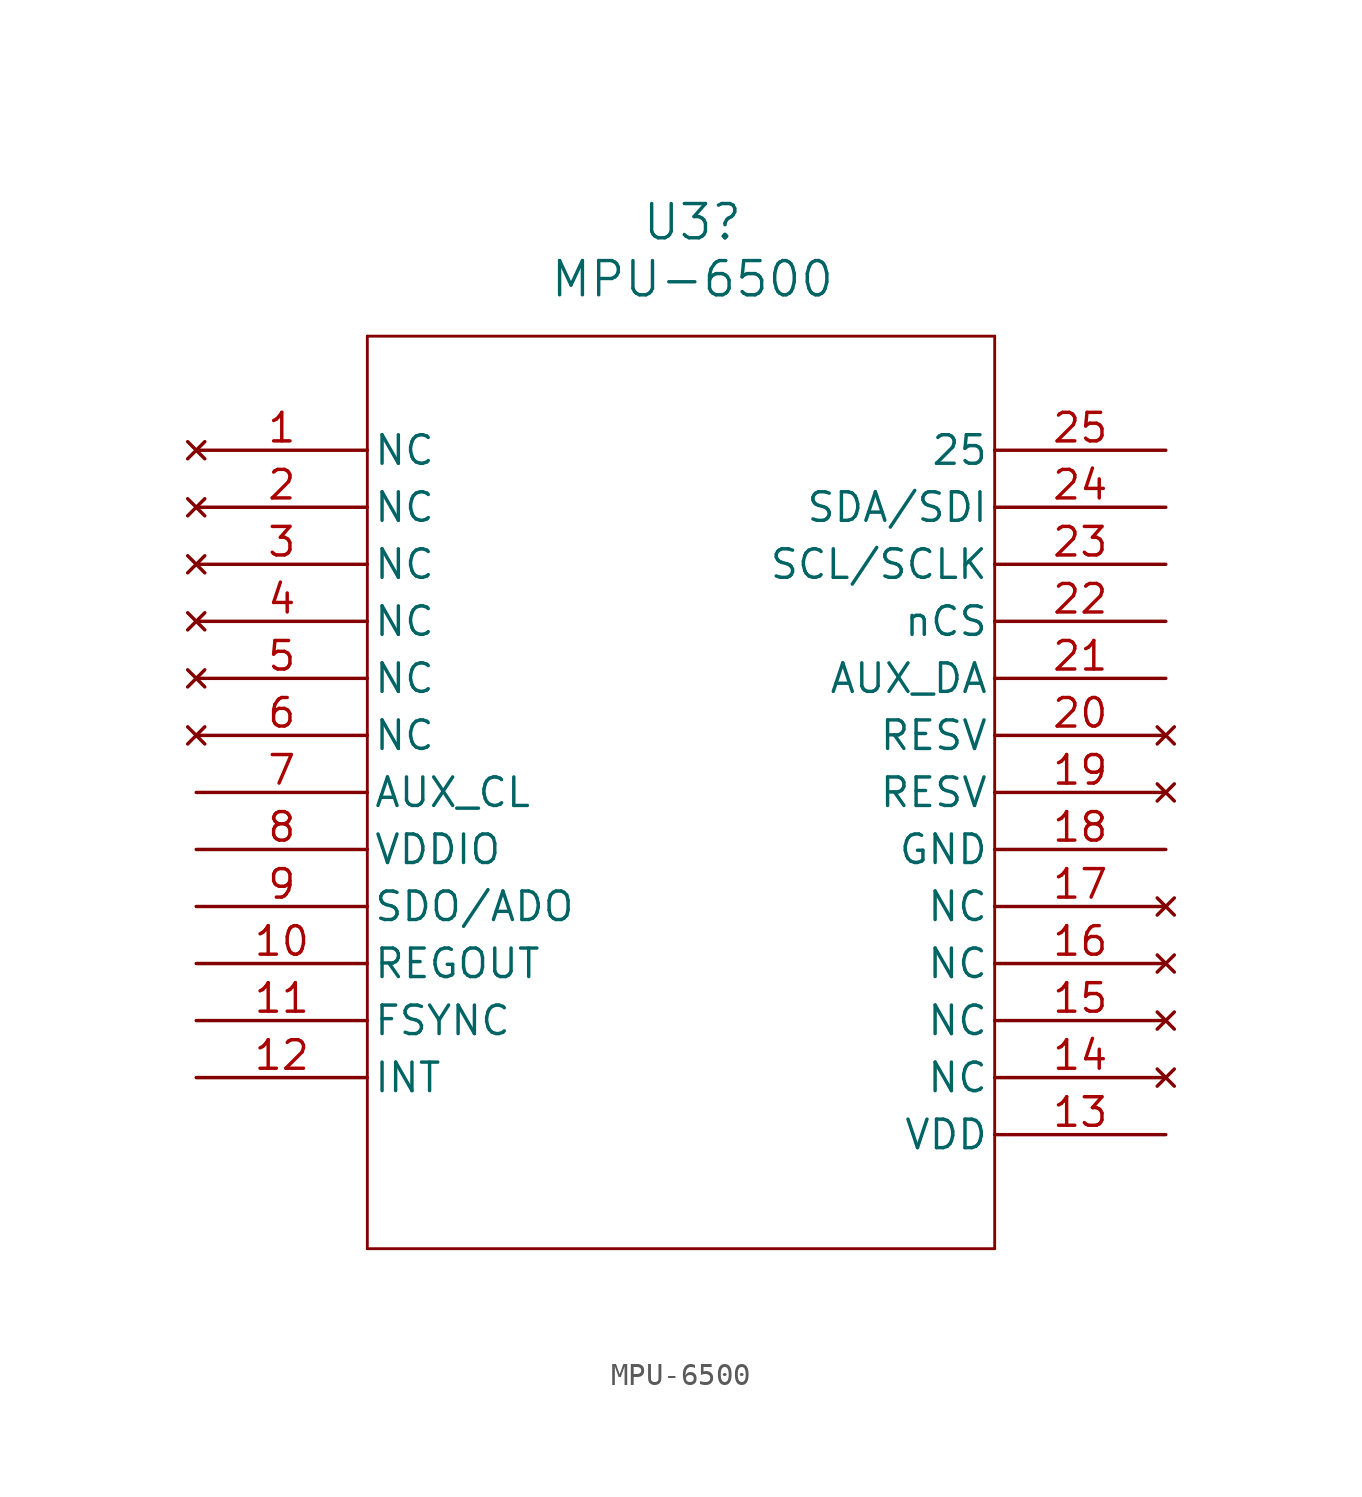
<source format=kicad_sym>
(kicad_symbol_lib
  (version 20231120)
  (generator "kicad_symbol_editor")
  (generator_version "8.0")
  (symbol "MPU-6500"
    (pin_names
      (offset 0.254))
    (property "Reference" "U3"
      (at 22.098 10.16 0)
      (effects (font (size 1.524 1.524))))
    (property "Value" "MPU-6500"
      (at 22.098 7.62 0)
      (effects (font (size 1.524 1.524))))
    (property "ki_locked" ""
      (at 0 0 0)
      (effects (font (size 1.27 1.27))))
    (symbol "MPU-6500_0_1"
      (polyline (pts (xy 7.62 -35.56) (xy 35.56 -35.56)) (stroke (width 0.127) (type default)) (fill (type none)))
      (polyline (pts (xy 7.62 5.08) (xy 7.62 -35.56)) (stroke (width 0.127) (type default)) (fill (type none)))
      (polyline (pts (xy 35.56 -35.56) (xy 35.56 5.08)) (stroke (width 0.127) (type default)) (fill (type none)))
      (polyline (pts (xy 35.56 5.08) (xy 7.62 5.08)) (stroke (width 0.127) (type default)) (fill (type none)))
      (pin no_connect line (at 0 0 0) (length 7.62) (name "NC" (effects (font (size 1.27 1.27)))) (number "1" (effects (font (size 1.27 1.27)))))
      (pin unspecified line (at 0 -22.86 0) (length 7.62) (name "REGOUT" (effects (font (size 1.27 1.27)))) (number "10" (effects (font (size 1.27 1.27)))))
      (pin input line (at 0 -25.4 0) (length 7.62) (name "FSYNC" (effects (font (size 1.27 1.27)))) (number "11" (effects (font (size 1.27 1.27)))))
      (pin output line (at 0 -27.94 0) (length 7.62) (name "INT" (effects (font (size 1.27 1.27)))) (number "12" (effects (font (size 1.27 1.27)))))
      (pin power_in line (at 43.18 -30.48 180) (length 7.62) (name "VDD" (effects (font (size 1.27 1.27)))) (number "13" (effects (font (size 1.27 1.27)))))
      (pin no_connect line (at 43.18 -27.94 180) (length 7.62) (name "NC" (effects (font (size 1.27 1.27)))) (number "14" (effects (font (size 1.27 1.27)))))
      (pin no_connect line (at 43.18 -25.4 180) (length 7.62) (name "NC" (effects (font (size 1.27 1.27)))) (number "15" (effects (font (size 1.27 1.27)))))
      (pin no_connect line (at 43.18 -22.86 180) (length 7.62) (name "NC" (effects (font (size 1.27 1.27)))) (number "16" (effects (font (size 1.27 1.27)))))
      (pin no_connect line (at 43.18 -20.32 180) (length 7.62) (name "NC" (effects (font (size 1.27 1.27)))) (number "17" (effects (font (size 1.27 1.27)))))
      (pin power_out line (at 43.18 -17.78 180) (length 7.62) (name "GND" (effects (font (size 1.27 1.27)))) (number "18" (effects (font (size 1.27 1.27)))))
      (pin no_connect line (at 43.18 -15.24 180) (length 7.62) (name "RESV" (effects (font (size 1.27 1.27)))) (number "19" (effects (font (size 1.27 1.27)))))
      (pin no_connect line (at 0 -2.54 0) (length 7.62) (name "NC" (effects (font (size 1.27 1.27)))) (number "2" (effects (font (size 1.27 1.27)))))
      (pin no_connect line (at 43.18 -12.7 180) (length 7.62) (name "RESV" (effects (font (size 1.27 1.27)))) (number "20" (effects (font (size 1.27 1.27)))))
      (pin unspecified line (at 43.18 -10.16 180) (length 7.62) (name "AUX_DA" (effects (font (size 1.27 1.27)))) (number "21" (effects (font (size 1.27 1.27)))))
      (pin unspecified line (at 43.18 -7.62 180) (length 7.62) (name "nCS" (effects (font (size 1.27 1.27)))) (number "22" (effects (font (size 1.27 1.27)))))
      (pin unspecified line (at 43.18 -5.08 180) (length 7.62) (name "SCL/SCLK" (effects (font (size 1.27 1.27)))) (number "23" (effects (font (size 1.27 1.27)))))
      (pin unspecified line (at 43.18 -2.54 180) (length 7.62) (name "SDA/SDI" (effects (font (size 1.27 1.27)))) (number "24" (effects (font (size 1.27 1.27)))))
      (pin unspecified line (at 43.18 0 180) (length 7.62) (name "25" (effects (font (size 1.27 1.27)))) (number "25" (effects (font (size 1.27 1.27)))))
      (pin no_connect line (at 0 -5.08 0) (length 7.62) (name "NC" (effects (font (size 1.27 1.27)))) (number "3" (effects (font (size 1.27 1.27)))))
      (pin no_connect line (at 0 -7.62 0) (length 7.62) (name "NC" (effects (font (size 1.27 1.27)))) (number "4" (effects (font (size 1.27 1.27)))))
      (pin no_connect line (at 0 -10.16 0) (length 7.62) (name "NC" (effects (font (size 1.27 1.27)))) (number "5" (effects (font (size 1.27 1.27)))))
      (pin no_connect line (at 0 -12.7 0) (length 7.62) (name "NC" (effects (font (size 1.27 1.27)))) (number "6" (effects (font (size 1.27 1.27)))))
      (pin unspecified line (at 0 -15.24 0) (length 7.62) (name "AUX_CL" (effects (font (size 1.27 1.27)))) (number "7" (effects (font (size 1.27 1.27)))))
      (pin power_in line (at 0 -17.78 0) (length 7.62) (name "VDDIO" (effects (font (size 1.27 1.27)))) (number "8" (effects (font (size 1.27 1.27)))))
      (pin unspecified line (at 0 -20.32 0) (length 7.62) (name "SDO/ADO" (effects (font (size 1.27 1.27)))) (number "9" (effects (font (size 1.27 1.27))))))))
</source>
